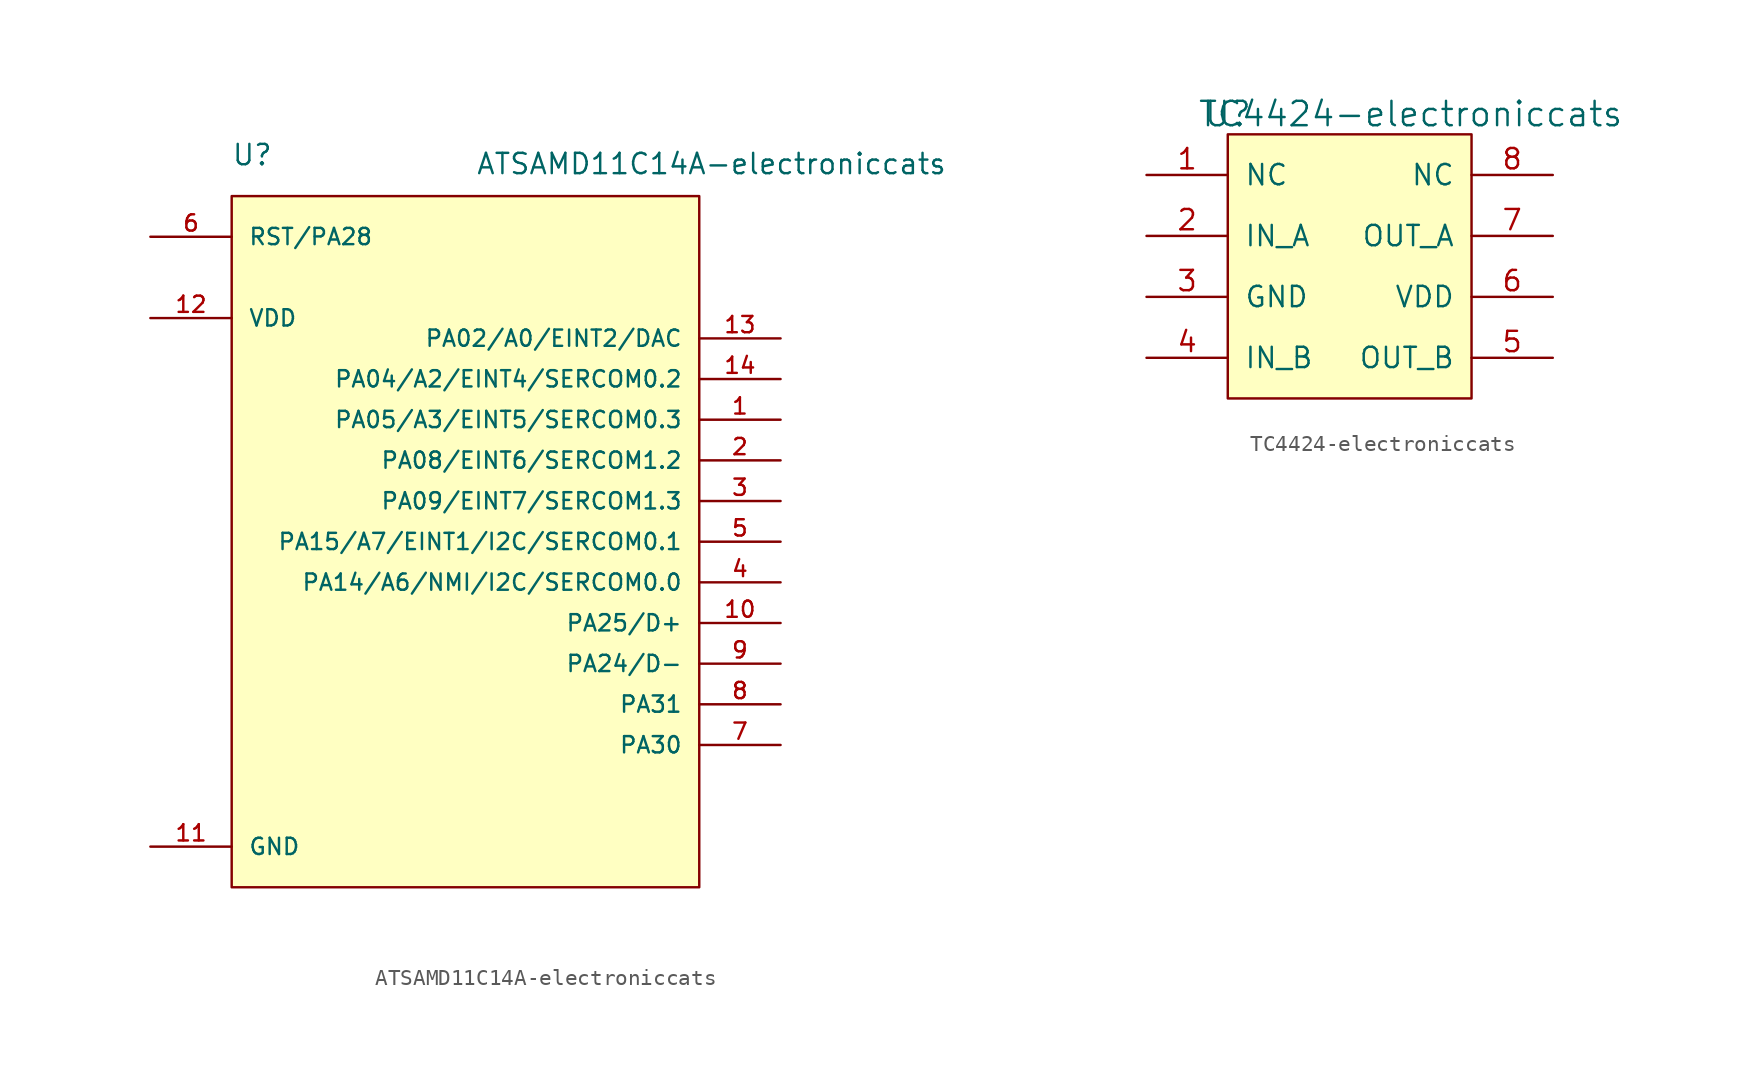
<source format=kicad_sym>
(kicad_symbol_lib
  (version 20220914)
  (generator kicad_symbol_editor)
  (symbol "ATSAMD11C14A-electroniccats"
    (pin_names
      (offset 1.016))
    (property "Reference" "U"
      (at -10.185 15.799 0)
      (effects (font (size 1.27 1.27)) (justify left bottom)))
    (property "Value" "ATSAMD11C14A-electroniccats"
      (at 5.08 15.24 0)
      (effects (font (size 1.27 1.27)) (justify left bottom)))
    (symbol "ATSAMD11C14A-electroniccats_0_0"
      (pin bidirectional line (at 24.13 0 180) (length 5.08) (name "PA05/A3/EINT5/SERCOM0.3" (effects (font (size 1.016 1.016)))) (number "1" (effects (font (size 1.016 1.016)))))
      (pin bidirectional line (at 24.13 -12.7 180) (length 5.08) (name "PA25/D+" (effects (font (size 1.016 1.016)))) (number "10" (effects (font (size 1.016 1.016)))))
      (pin power_in line (at -15.24 -26.67 0) (length 5.08) (name "GND" (effects (font (size 1.016 1.016)))) (number "11" (effects (font (size 1.016 1.016)))))
      (pin power_in line (at -15.24 6.35 0) (length 5.08) (name "VDD" (effects (font (size 1.016 1.016)))) (number "12" (effects (font (size 1.016 1.016)))))
      (pin bidirectional line (at 24.13 5.08 180) (length 5.08) (name "PA02/A0/EINT2/DAC" (effects (font (size 1.016 1.016)))) (number "13" (effects (font (size 1.016 1.016)))))
      (pin bidirectional line (at 24.13 2.54 180) (length 5.08) (name "PA04/A2/EINT4/SERCOM0.2" (effects (font (size 1.016 1.016)))) (number "14" (effects (font (size 1.016 1.016)))))
      (pin bidirectional line (at 24.13 -2.54 180) (length 5.08) (name "PA08/EINT6/SERCOM1.2" (effects (font (size 1.016 1.016)))) (number "2" (effects (font (size 1.016 1.016)))))
      (pin bidirectional line (at 24.13 -5.08 180) (length 5.08) (name "PA09/EINT7/SERCOM1.3" (effects (font (size 1.016 1.016)))) (number "3" (effects (font (size 1.016 1.016)))))
      (pin bidirectional line (at 24.13 -10.16 180) (length 5.08) (name "PA14/A6/NMI/I2C/SERCOM0.0" (effects (font (size 1.016 1.016)))) (number "4" (effects (font (size 1.016 1.016)))))
      (pin bidirectional line (at 24.13 -7.62 180) (length 5.08) (name "PA15/A7/EINT1/I2C/SERCOM0.1" (effects (font (size 1.016 1.016)))) (number "5" (effects (font (size 1.016 1.016)))))
      (pin bidirectional line (at -15.24 11.43 0) (length 5.08) (name "RST/PA28" (effects (font (size 1.016 1.016)))) (number "6" (effects (font (size 1.016 1.016)))))
      (pin bidirectional line (at 24.13 -20.32 180) (length 5.08) (name "PA30" (effects (font (size 1.016 1.016)))) (number "7" (effects (font (size 1.016 1.016)))))
      (pin bidirectional line (at 24.13 -17.78 180) (length 5.08) (name "PA31" (effects (font (size 1.016 1.016)))) (number "8" (effects (font (size 1.016 1.016)))))
      (pin bidirectional line (at 24.13 -15.24 180) (length 5.08) (name "PA24/D-" (effects (font (size 1.016 1.016)))) (number "9" (effects (font (size 1.016 1.016))))))
    (symbol "ATSAMD11C14A-electroniccats_0_1"
      (rectangle (start -10.16 13.97) (end 19.05 -29.21) (stroke (width 0) (type solid)) (fill (type background)))))
  (symbol "TC4424-electroniccats"
    (pin_names
      (offset 1.016))
    (property "Reference" "U"
      (at -7.62 10.16 0)
      (effects (font (size 1.524 1.524))))
    (property "Value" "TC4424-electroniccats"
      (at 3.81 10.16 0)
      (effects (font (size 1.524 1.524))))
    (symbol "TC4424-electroniccats_0_1"
      (rectangle (start -7.62 8.89) (end 7.62 -7.62) (stroke (width 0) (type solid)) (fill (type background))))
    (symbol "TC4424-electroniccats_1_1"
      (pin input line (at -12.7 6.35 0) (length 5.08) (name "NC" (effects (font (size 1.27 1.27)))) (number "1" (effects (font (size 1.27 1.27)))))
      (pin input line (at -12.7 2.54 0) (length 5.08) (name "IN_A" (effects (font (size 1.27 1.27)))) (number "2" (effects (font (size 1.27 1.27)))))
      (pin input line (at -12.7 -1.27 0) (length 5.08) (name "GND" (effects (font (size 1.27 1.27)))) (number "3" (effects (font (size 1.27 1.27)))))
      (pin input line (at -12.7 -5.08 0) (length 5.08) (name "IN_B" (effects (font (size 1.27 1.27)))) (number "4" (effects (font (size 1.27 1.27)))))
      (pin input line (at 12.7 -5.08 180) (length 5.08) (name "OUT_B" (effects (font (size 1.27 1.27)))) (number "5" (effects (font (size 1.27 1.27)))))
      (pin input line (at 12.7 -1.27 180) (length 5.08) (name "VDD" (effects (font (size 1.27 1.27)))) (number "6" (effects (font (size 1.27 1.27)))))
      (pin input line (at 12.7 2.54 180) (length 5.08) (name "OUT_A" (effects (font (size 1.27 1.27)))) (number "7" (effects (font (size 1.27 1.27)))))
      (pin input line (at 12.7 6.35 180) (length 5.08) (name "NC" (effects (font (size 1.27 1.27)))) (number "8" (effects (font (size 1.27 1.27))))))))
</source>
